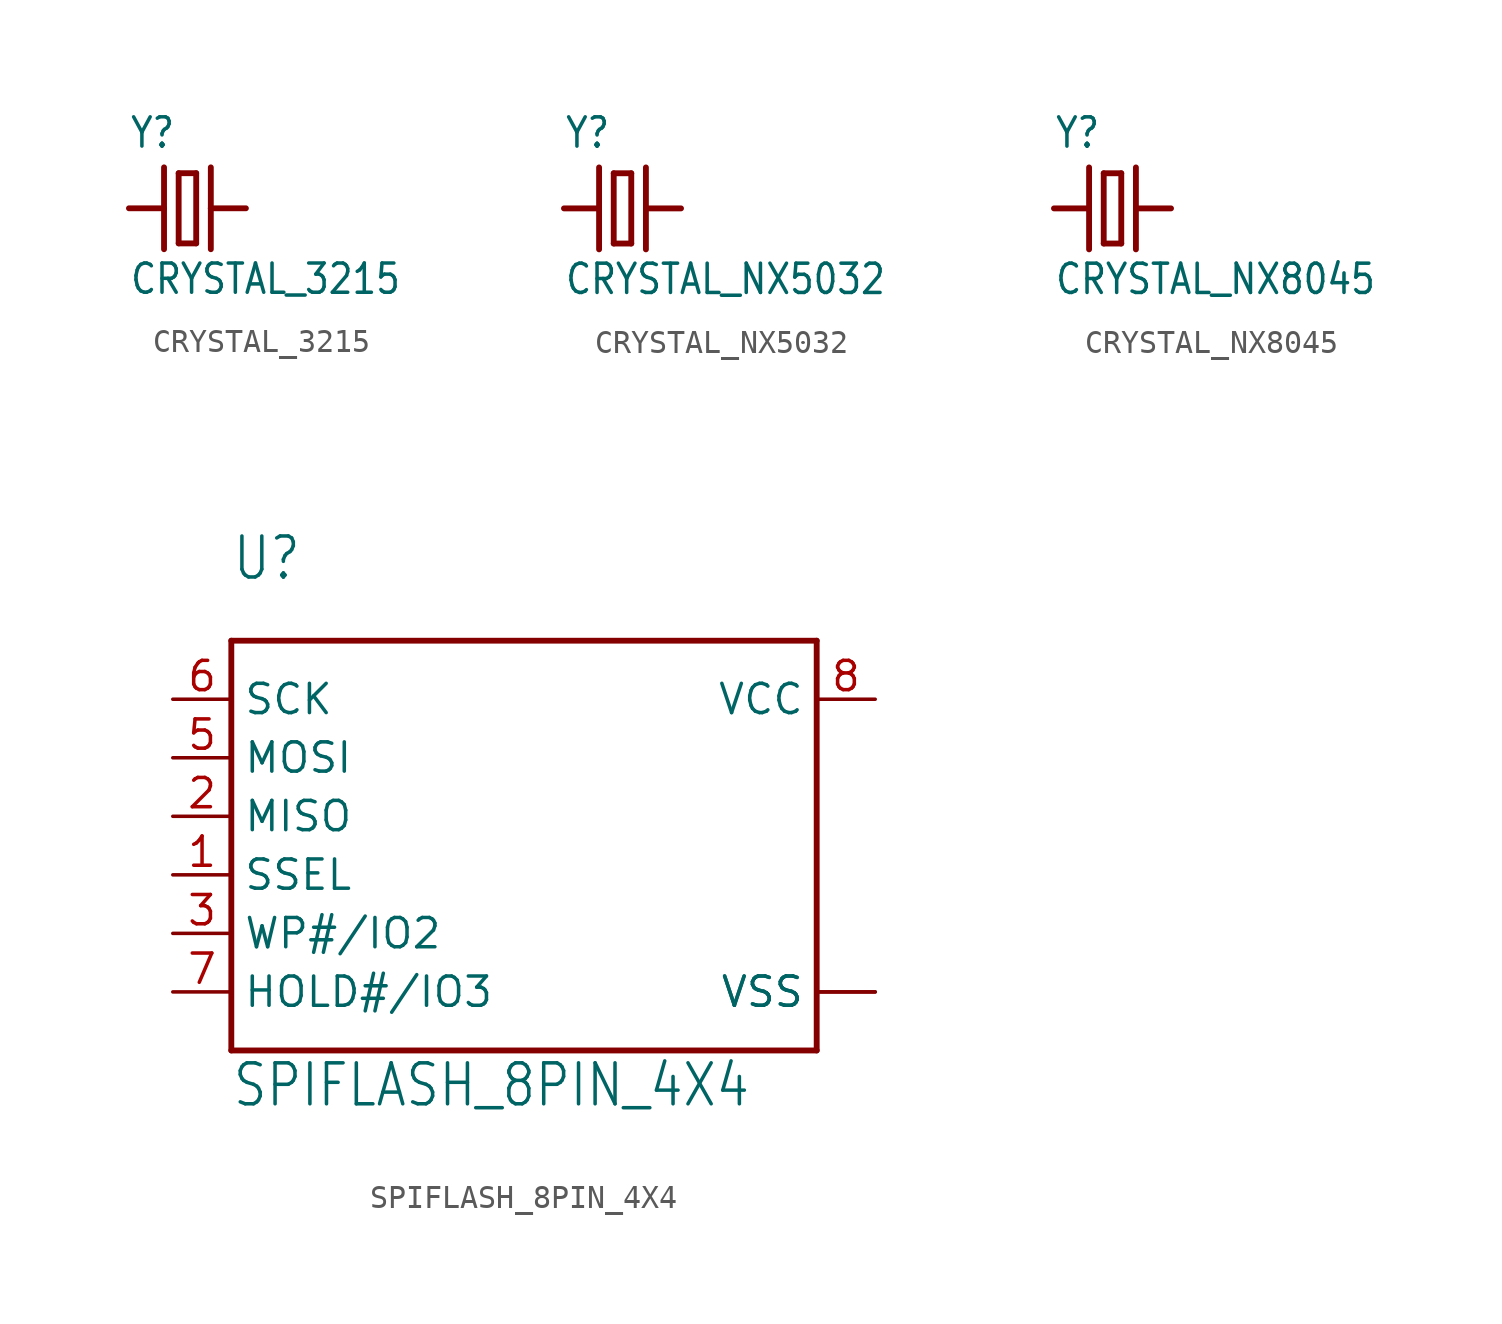
<source format=kicad_sym>
(kicad_symbol_lib
  (version 20211014)
  (generator kicad_symbol_editor)
  (symbol "CRYSTAL_3215"
    (property "Reference" "Y"
      (at -2.54 2.54 0)
      (effects (font (size 1.27 1.079)) (justify left bottom)))
    (property "Value" "CRYSTAL_3215"
      (at -2.54 -3.81 0)
      (effects (font (size 1.27 1.079)) (justify left bottom)))
    (property "ki_locked" ""
      (at 0 0 0)
      (effects (font (size 1.27 1.27))))
    (symbol "CRYSTAL_3215_1_0"
      (polyline (pts (xy -2.54 0) (xy -1.016 0)) (stroke (width 0.254) (type default) (color 0 0 0 0)) (fill (type none)))
      (polyline (pts (xy -1.016 0) (xy -1.016 -1.778)) (stroke (width 0.254) (type default) (color 0 0 0 0)) (fill (type none)))
      (polyline (pts (xy -1.016 1.778) (xy -1.016 0)) (stroke (width 0.254) (type default) (color 0 0 0 0)) (fill (type none)))
      (polyline (pts (xy -0.381 -1.524) (xy 0.381 -1.524)) (stroke (width 0.254) (type default) (color 0 0 0 0)) (fill (type none)))
      (polyline (pts (xy -0.381 1.524) (xy -0.381 -1.524)) (stroke (width 0.254) (type default) (color 0 0 0 0)) (fill (type none)))
      (polyline (pts (xy 0.381 -1.524) (xy 0.381 1.524)) (stroke (width 0.254) (type default) (color 0 0 0 0)) (fill (type none)))
      (polyline (pts (xy 0.381 1.524) (xy -0.381 1.524)) (stroke (width 0.254) (type default) (color 0 0 0 0)) (fill (type none)))
      (polyline (pts (xy 1.016 0) (xy 1.016 -1.778)) (stroke (width 0.254) (type default) (color 0 0 0 0)) (fill (type none)))
      (polyline (pts (xy 1.016 1.778) (xy 1.016 0)) (stroke (width 0.254) (type default) (color 0 0 0 0)) (fill (type none)))
      (polyline (pts (xy 2.54 0) (xy 1.016 0)) (stroke (width 0.254) (type default) (color 0 0 0 0)) (fill (type none)))
      (pin passive line (at -2.54 0 0) (length 0) (name "1" (effects (font (size 0 0)))) (number "P$1" (effects (font (size 0 0)))))
      (pin passive line (at 2.54 0 180) (length 0) (name "2" (effects (font (size 0 0)))) (number "P$2" (effects (font (size 0 0)))))))
  (symbol "CRYSTAL_NX5032"
    (property "Reference" "Y"
      (at -2.54 2.54 0)
      (effects (font (size 1.27 1.079)) (justify left bottom)))
    (property "Value" "CRYSTAL_NX5032"
      (at -2.54 -3.81 0)
      (effects (font (size 1.27 1.079)) (justify left bottom)))
    (property "ki_locked" ""
      (at 0 0 0)
      (effects (font (size 1.27 1.27))))
    (symbol "CRYSTAL_NX5032_1_0"
      (polyline (pts (xy -2.54 0) (xy -1.016 0)) (stroke (width 0.254) (type default) (color 0 0 0 0)) (fill (type none)))
      (polyline (pts (xy -1.016 0) (xy -1.016 -1.778)) (stroke (width 0.254) (type default) (color 0 0 0 0)) (fill (type none)))
      (polyline (pts (xy -1.016 1.778) (xy -1.016 0)) (stroke (width 0.254) (type default) (color 0 0 0 0)) (fill (type none)))
      (polyline (pts (xy -0.381 -1.524) (xy 0.381 -1.524)) (stroke (width 0.254) (type default) (color 0 0 0 0)) (fill (type none)))
      (polyline (pts (xy -0.381 1.524) (xy -0.381 -1.524)) (stroke (width 0.254) (type default) (color 0 0 0 0)) (fill (type none)))
      (polyline (pts (xy 0.381 -1.524) (xy 0.381 1.524)) (stroke (width 0.254) (type default) (color 0 0 0 0)) (fill (type none)))
      (polyline (pts (xy 0.381 1.524) (xy -0.381 1.524)) (stroke (width 0.254) (type default) (color 0 0 0 0)) (fill (type none)))
      (polyline (pts (xy 1.016 0) (xy 1.016 -1.778)) (stroke (width 0.254) (type default) (color 0 0 0 0)) (fill (type none)))
      (polyline (pts (xy 1.016 1.778) (xy 1.016 0)) (stroke (width 0.254) (type default) (color 0 0 0 0)) (fill (type none)))
      (polyline (pts (xy 2.54 0) (xy 1.016 0)) (stroke (width 0.254) (type default) (color 0 0 0 0)) (fill (type none)))
      (pin passive line (at -2.54 0 0) (length 0) (name "1" (effects (font (size 0 0)))) (number "P$1" (effects (font (size 0 0)))))
      (pin passive line (at 2.54 0 180) (length 0) (name "2" (effects (font (size 0 0)))) (number "P$2" (effects (font (size 0 0)))))))
  (symbol "CRYSTAL_NX8045"
    (property "Reference" "Y"
      (at -2.54 2.54 0)
      (effects (font (size 1.27 1.079)) (justify left bottom)))
    (property "Value" "CRYSTAL_NX8045"
      (at -2.54 -3.81 0)
      (effects (font (size 1.27 1.079)) (justify left bottom)))
    (property "ki_locked" ""
      (at 0 0 0)
      (effects (font (size 1.27 1.27))))
    (symbol "CRYSTAL_NX8045_1_0"
      (polyline (pts (xy -2.54 0) (xy -1.016 0)) (stroke (width 0.254) (type default) (color 0 0 0 0)) (fill (type none)))
      (polyline (pts (xy -1.016 0) (xy -1.016 -1.778)) (stroke (width 0.254) (type default) (color 0 0 0 0)) (fill (type none)))
      (polyline (pts (xy -1.016 1.778) (xy -1.016 0)) (stroke (width 0.254) (type default) (color 0 0 0 0)) (fill (type none)))
      (polyline (pts (xy -0.381 -1.524) (xy 0.381 -1.524)) (stroke (width 0.254) (type default) (color 0 0 0 0)) (fill (type none)))
      (polyline (pts (xy -0.381 1.524) (xy -0.381 -1.524)) (stroke (width 0.254) (type default) (color 0 0 0 0)) (fill (type none)))
      (polyline (pts (xy 0.381 -1.524) (xy 0.381 1.524)) (stroke (width 0.254) (type default) (color 0 0 0 0)) (fill (type none)))
      (polyline (pts (xy 0.381 1.524) (xy -0.381 1.524)) (stroke (width 0.254) (type default) (color 0 0 0 0)) (fill (type none)))
      (polyline (pts (xy 1.016 0) (xy 1.016 -1.778)) (stroke (width 0.254) (type default) (color 0 0 0 0)) (fill (type none)))
      (polyline (pts (xy 1.016 1.778) (xy 1.016 0)) (stroke (width 0.254) (type default) (color 0 0 0 0)) (fill (type none)))
      (polyline (pts (xy 2.54 0) (xy 1.016 0)) (stroke (width 0.254) (type default) (color 0 0 0 0)) (fill (type none)))
      (pin passive line (at -2.54 0 0) (length 0) (name "1" (effects (font (size 0 0)))) (number "P$1" (effects (font (size 0 0)))))
      (pin passive line (at 2.54 0 180) (length 0) (name "2" (effects (font (size 0 0)))) (number "P$2" (effects (font (size 0 0)))))))
  (symbol "SPIFLASH_8PIN_4X4"
    (property "Reference" "U"
      (at -12.7 12.7 0)
      (effects (font (size 1.778 1.511)) (justify left bottom)))
    (property "Value" "SPIFLASH_8PIN_4X4"
      (at -12.7 -10.16 0)
      (effects (font (size 1.778 1.511)) (justify left bottom)))
    (property "ki_locked" ""
      (at 0 0 0)
      (effects (font (size 1.27 1.27))))
    (symbol "SPIFLASH_8PIN_4X4_1_0"
      (polyline (pts (xy -12.7 -7.62) (xy -12.7 10.16)) (stroke (width 0.254) (type default) (color 0 0 0 0)) (fill (type none)))
      (polyline (pts (xy -12.7 10.16) (xy 12.7 10.16)) (stroke (width 0.254) (type default) (color 0 0 0 0)) (fill (type none)))
      (polyline (pts (xy 12.7 -7.62) (xy -12.7 -7.62)) (stroke (width 0.254) (type default) (color 0 0 0 0)) (fill (type none)))
      (polyline (pts (xy 12.7 10.16) (xy 12.7 -7.62)) (stroke (width 0.254) (type default) (color 0 0 0 0)) (fill (type none)))
      (pin bidirectional line (at -15.24 0 0) (length 2.54) (name "SSEL" (effects (font (size 1.27 1.27)))) (number "1" (effects (font (size 1.27 1.27)))))
      (pin bidirectional line (at -15.24 2.54 0) (length 2.54) (name "MISO" (effects (font (size 1.27 1.27)))) (number "2" (effects (font (size 1.27 1.27)))))
      (pin bidirectional line (at -15.24 -2.54 0) (length 2.54) (name "WP#/IO2" (effects (font (size 1.27 1.27)))) (number "3" (effects (font (size 1.27 1.27)))))
      (pin bidirectional line (at 15.24 -5.08 180) (length 2.54) (name "VSS" (effects (font (size 1.27 1.27)))) (number "4" (effects (font (size 0 0)))))
      (pin bidirectional line (at -15.24 5.08 0) (length 2.54) (name "MOSI" (effects (font (size 1.27 1.27)))) (number "5" (effects (font (size 1.27 1.27)))))
      (pin bidirectional line (at -15.24 7.62 0) (length 2.54) (name "SCK" (effects (font (size 1.27 1.27)))) (number "6" (effects (font (size 1.27 1.27)))))
      (pin bidirectional line (at -15.24 -5.08 0) (length 2.54) (name "HOLD#/IO3" (effects (font (size 1.27 1.27)))) (number "7" (effects (font (size 1.27 1.27)))))
      (pin bidirectional line (at 15.24 7.62 180) (length 2.54) (name "VCC" (effects (font (size 1.27 1.27)))) (number "8" (effects (font (size 1.27 1.27)))))
      (pin bidirectional line (at 15.24 -5.08 180) (length 2.54) (name "VSS" (effects (font (size 1.27 1.27)))) (number "PAD" (effects (font (size 0 0))))))))
</source>
